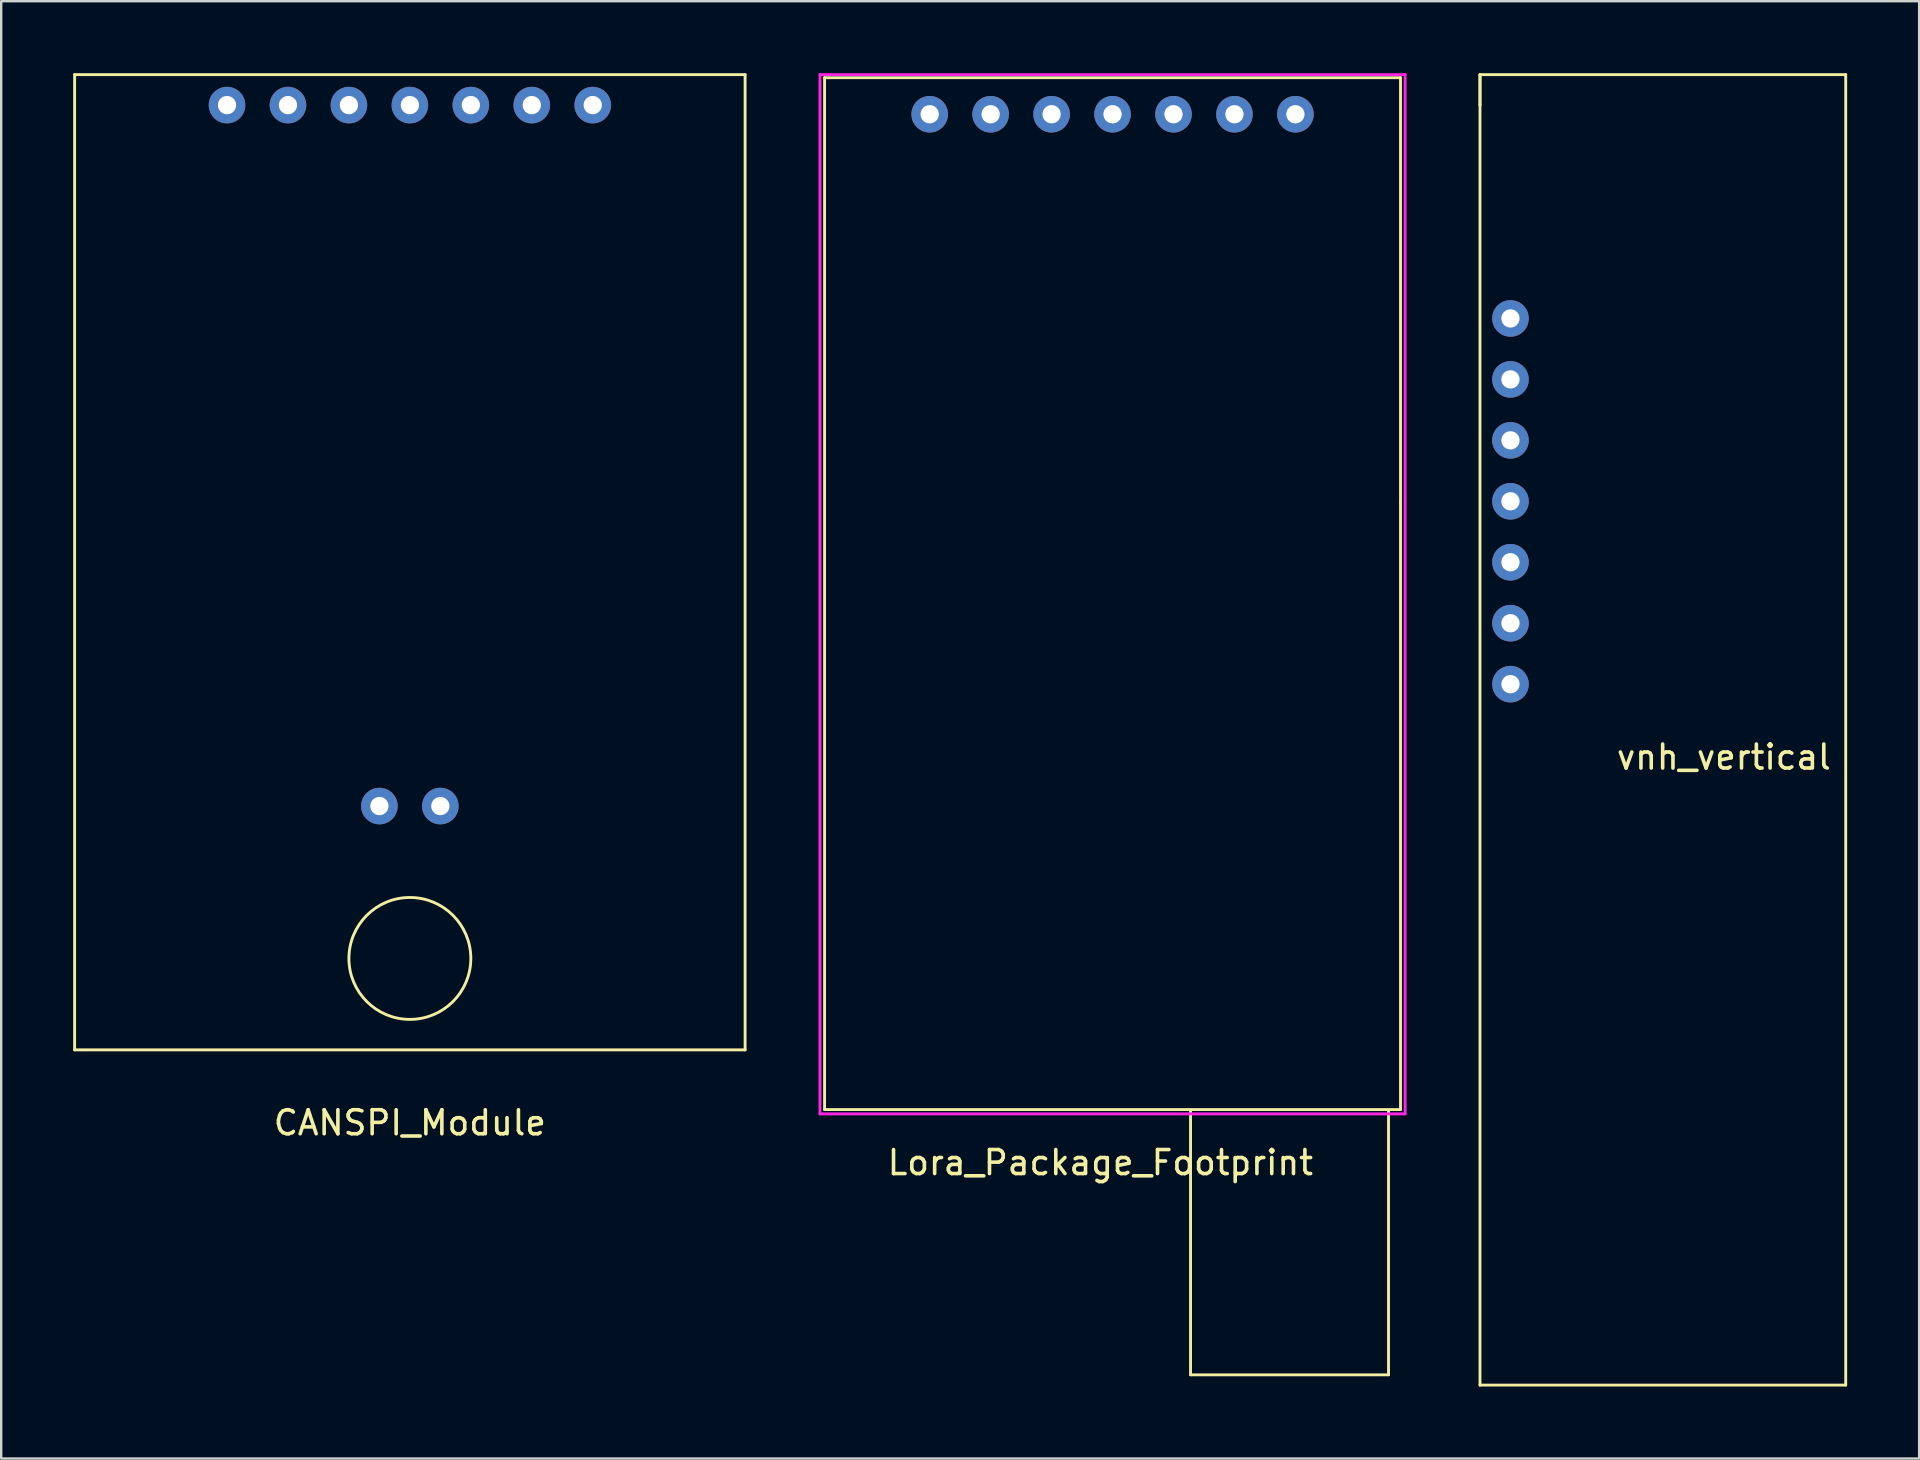
<source format=kicad_pcb>
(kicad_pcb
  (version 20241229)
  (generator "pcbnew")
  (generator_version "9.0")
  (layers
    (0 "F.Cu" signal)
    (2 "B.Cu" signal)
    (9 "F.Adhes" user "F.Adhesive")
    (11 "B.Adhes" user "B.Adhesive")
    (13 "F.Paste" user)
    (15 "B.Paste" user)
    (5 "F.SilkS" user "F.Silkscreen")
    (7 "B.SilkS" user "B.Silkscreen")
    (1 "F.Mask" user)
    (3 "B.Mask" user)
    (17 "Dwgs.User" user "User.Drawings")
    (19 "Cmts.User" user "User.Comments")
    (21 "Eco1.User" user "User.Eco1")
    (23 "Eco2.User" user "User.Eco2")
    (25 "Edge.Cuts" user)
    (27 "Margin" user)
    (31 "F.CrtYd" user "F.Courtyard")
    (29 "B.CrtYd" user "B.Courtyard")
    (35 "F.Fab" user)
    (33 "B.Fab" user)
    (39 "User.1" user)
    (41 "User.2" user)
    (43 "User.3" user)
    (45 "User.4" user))
  (footprint "Lora_Package_Footprint"
    (layer "F.Cu")
    (at 43.312 19.491)
    (property "Reference" "Lora_Package_Footprint" (at -0.508 25.908 0) (layer "F.SilkS") (effects (font (size 1 1) (thickness 0.15))))
    (attr through_hole)
    (fp_line (start -12 -19.304) (end -12 23.696) (stroke (width 0.12) (type solid)) (layer "F.SilkS"))
    (fp_line (start -12 23.696) (end 12 23.696) (stroke (width 0.12) (type solid)) (layer "F.SilkS"))
    (fp_line (start 3.25 23.75) (end 3.25 34.75) (stroke (width 0.12) (type solid)) (layer "F.SilkS"))
    (fp_line (start 3.25 34.75) (end 11.5 34.75) (stroke (width 0.12) (type solid)) (layer "F.SilkS"))
    (fp_line (start 11.5 34.75) (end 11.5 23.75) (stroke (width 0.12) (type solid)) (layer "F.SilkS"))
    (fp_line (start 12 -19.304) (end -12 -19.304) (stroke (width 0.12) (type solid)) (layer "F.SilkS"))
    (fp_line (start 12 -1.608) (end 12 -19.304) (stroke (width 0.12) (type solid)) (layer "F.SilkS"))
    (fp_line (start 12 23.696) (end 12 -1.608) (stroke (width 0.12) (type solid)) (layer "F.SilkS"))
    (fp_line (start -12.192 -19.431) (end -12.192 23.876) (stroke (width 0.12) (type solid)) (layer "F.CrtYd"))
    (fp_line (start -12.192 23.876) (end 12.192 23.876) (stroke (width 0.12) (type solid)) (layer "F.CrtYd"))
    (fp_line (start 12.192 -19.431) (end -12.192 -19.431) (stroke (width 0.12) (type solid)) (layer "F.CrtYd"))
    (fp_line (start 12.192 23.876) (end 12.192 -19.431) (stroke (width 0.12) (type solid)) (layer "F.CrtYd"))
    (pad "1" thru_hole circle (at -7.62 -17.78) (size 1.524 1.524) (drill 0.762) (layers "*.Cu" "*.Mask"))
    (pad "2" thru_hole circle (at -5.08 -17.78) (size 1.524 1.524) (drill 0.762) (layers "*.Cu" "*.Mask"))
    (pad "3" thru_hole circle (at -2.54 -17.78) (size 1.524 1.524) (drill 0.762) (layers "*.Cu" "*.Mask"))
    (pad "4" thru_hole circle (at 0 -17.78) (size 1.524 1.524) (drill 0.762) (layers "*.Cu" "*.Mask"))
    (pad "5" thru_hole circle (at 2.54 -17.78) (size 1.524 1.524) (drill 0.762) (layers "*.Cu" "*.Mask"))
    (pad "6" thru_hole circle (at 5.08 -17.78) (size 1.524 1.524) (drill 0.762) (layers "*.Cu" "*.Mask"))
    (pad "7" thru_hole circle (at 7.62 -17.78) (size 1.524 1.524) (drill 0.762) (layers "*.Cu" "*.Mask")))
  (footprint "CANSPI_Module"
    (layer "F.Cu")
    (at 14.03 22.92)
    (property "Reference" "CANSPI_Module" (at 0 20.82 0) (layer "F.SilkS") (effects (font (size 1 1) (thickness 0.15))))
    (attr through_hole)
    (fp_line (start -13.97 -22.86) (end 13.97 -22.86) (stroke (width 0.12) (type solid)) (layer "F.SilkS"))
    (fp_line (start -13.97 17.78) (end -13.97 -22.86) (stroke (width 0.12) (type solid)) (layer "F.SilkS"))
    (fp_line (start 13.97 -22.86) (end 13.97 17.78) (stroke (width 0.12) (type solid)) (layer "F.SilkS"))
    (fp_line (start 13.97 17.78) (end -13.97 17.78) (stroke (width 0.12) (type solid)) (layer "F.SilkS"))
    (fp_circle (center 0 13.97) (end 0 11.43) (stroke (width 0.12) (type solid)) (fill no) (layer "F.SilkS"))
    (pad "1" thru_hole circle (at -7.62 -21.59) (size 1.524 1.524) (drill 0.762) (layers "*.Cu" "*.Mask"))
    (pad "2" thru_hole circle (at -5.08 -21.59) (size 1.524 1.524) (drill 0.762) (layers "*.Cu" "*.Mask"))
    (pad "3" thru_hole circle (at -2.54 -21.59) (size 1.524 1.524) (drill 0.762) (layers "*.Cu" "*.Mask"))
    (pad "4" thru_hole circle (at 0 -21.59) (size 1.524 1.524) (drill 0.762) (layers "*.Cu" "*.Mask"))
    (pad "5" thru_hole circle (at 2.54 -21.59) (size 1.524 1.524) (drill 0.762) (layers "*.Cu" "*.Mask"))
    (pad "6" thru_hole circle (at 5.08 -21.59) (size 1.524 1.524) (drill 0.762) (layers "*.Cu" "*.Mask"))
    (pad "7" thru_hole circle (at 7.62 -21.59) (size 1.524 1.524) (drill 0.762) (layers "*.Cu" "*.Mask"))
    (pad "8" thru_hole circle (at -1.27 7.62) (size 1.524 1.524) (drill 0.762) (layers "*.Cu" "*.Mask"))
    (pad "9" thru_hole circle (at 1.27 7.62) (size 1.524 1.524) (drill 0.762) (layers "*.Cu" "*.Mask")))
  (footprint "vnh_vertical"
    (layer "F.Cu")
    (at 64.974 28)
    (property "Reference" "vnh_vertical" (at 3.81 0.5 0) (layer "F.SilkS") (effects (font (size 1 1) (thickness 0.15))))
    (attr through_hole)
    (fp_line (start -6.35 -27.94) (end -6.35 -26.67) (stroke (width 0.12) (type solid)) (layer "F.SilkS"))
    (fp_line (start -6.35 -26.67) (end -6.35 -27.94) (stroke (width 0.12) (type solid)) (layer "F.SilkS"))
    (fp_line (start -6.35 -26.67) (end -6.35 26.67) (stroke (width 0.12) (type solid)) (layer "F.SilkS"))
    (fp_line (start -6.35 26.67) (end 8.89 26.67) (stroke (width 0.12) (type solid)) (layer "F.SilkS"))
    (fp_line (start 8.89 -27.94) (end -6.35 -27.94) (stroke (width 0.12) (type solid)) (layer "F.SilkS"))
    (fp_line (start 8.89 26.67) (end 8.89 -27.94) (stroke (width 0.12) (type solid)) (layer "F.SilkS"))
    (pad "3" thru_hole circle (at -5.08 -17.78) (size 1.524 1.524) (drill 0.762) (layers "*.Cu" "*.Mask"))
    (pad "5" thru_hole circle (at -5.08 -7.62) (size 1.524 1.524) (drill 0.762) (layers "*.Cu" "*.Mask"))
    (pad "6" thru_hole circle (at -5.08 -12.7) (size 1.524 1.524) (drill 0.762) (layers "*.Cu" "*.Mask"))
    (pad "8" thru_hole circle (at -5.08 -2.54) (size 1.524 1.524) (drill 0.762) (layers "*.Cu" "*.Mask"))
    (pad "9" thru_hole circle (at -5.08 -10.16) (size 1.524 1.524) (drill 0.762) (layers "*.Cu" "*.Mask"))
    (pad "11" thru_hole circle (at -5.08 -5.08) (size 1.524 1.524) (drill 0.762) (layers "*.Cu" "*.Mask"))
    (pad "20" thru_hole circle (at -5.08 -15.24) (size 1.524 1.524) (drill 0.762) (layers "*.Cu" "*.Mask")))
  (gr_rect
    (start -3 -3)
    (end 76.924 57.73)
    (stroke (width 0.1) (type default))
    (fill no)
    (layer "Edge.Cuts")))
</source>
